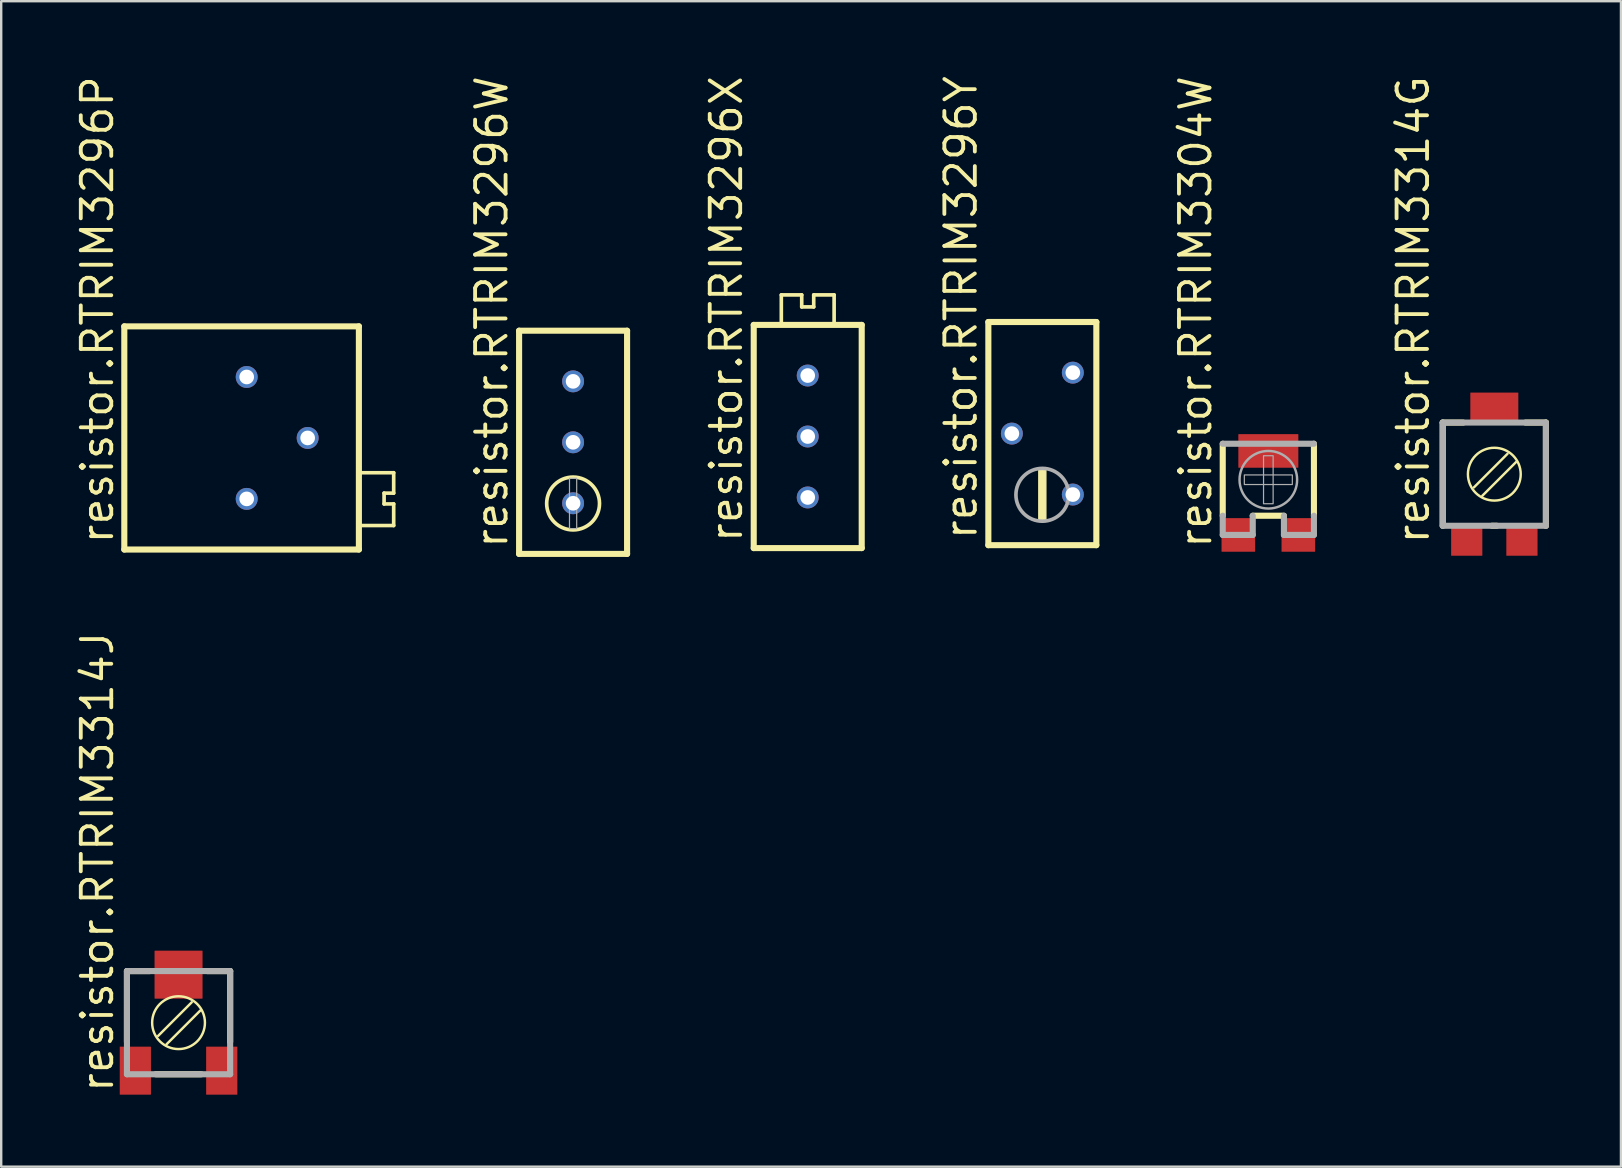
<source format=kicad_pcb>
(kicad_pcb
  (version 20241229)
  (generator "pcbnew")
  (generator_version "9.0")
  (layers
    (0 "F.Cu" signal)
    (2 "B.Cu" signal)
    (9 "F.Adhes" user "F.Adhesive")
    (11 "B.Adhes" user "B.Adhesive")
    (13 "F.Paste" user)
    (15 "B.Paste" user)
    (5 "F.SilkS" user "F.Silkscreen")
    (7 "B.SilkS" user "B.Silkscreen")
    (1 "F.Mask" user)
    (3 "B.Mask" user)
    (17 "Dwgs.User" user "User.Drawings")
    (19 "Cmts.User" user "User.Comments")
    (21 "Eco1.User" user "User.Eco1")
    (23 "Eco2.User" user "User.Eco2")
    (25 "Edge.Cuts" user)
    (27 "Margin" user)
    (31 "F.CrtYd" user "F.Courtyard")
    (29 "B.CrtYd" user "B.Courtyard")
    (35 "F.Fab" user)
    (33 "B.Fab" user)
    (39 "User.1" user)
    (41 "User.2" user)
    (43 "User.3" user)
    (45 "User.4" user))
  (footprint "resistor.RTRIM3296W"
    (layer "F.Cu")
    (at 20.831 15.381)
    (property "Reference" "resistor.RTRIM3296W" (at -2.65 4.5 90) (layer "F.SilkS") (effects (font (size 1.27 1.27) (thickness 0.16)) (justify left bottom)))
    (attr through_hole)
    (fp_line (start -2.25 -4.65) (end 2.25 -4.65) (stroke (width 0.254) (type default)) (layer "F.SilkS"))
    (fp_line (start -2.25 4.65) (end -2.25 -4.65) (stroke (width 0.254) (type default)) (layer "F.SilkS"))
    (fp_line (start 2.25 -4.65) (end 2.25 4.65) (stroke (width 0.254) (type default)) (layer "F.SilkS"))
    (fp_line (start 2.25 4.65) (end -2.25 4.65) (stroke (width 0.254) (type default)) (layer "F.SilkS"))
    (fp_circle (center 0 2.55) (end 1.101 2.55) (stroke (width 0.152) (type default)) (fill no) (layer "F.SilkS"))
    (fp_rect (start -0.15 3.6) (end 0.15 1.5) (stroke (width 0.05) (type default)) (fill no) (layer "F.Fab"))
    (pad "1" thru_hole circle (at 0 2.54) (size 0.914 0.914) (drill 0.61) (layers "*.Cu" "*.Mask"))
    (pad "2" thru_hole circle (at 0 0) (size 0.914 0.914) (drill 0.61) (layers "*.Cu" "*.Mask"))
    (pad "3" thru_hole circle (at 0 -2.54) (size 0.914 0.914) (drill 0.61) (layers "*.Cu" "*.Mask")))
  (footprint "resistor.RTRIM3296X"
    (layer "F.Cu")
    (at 30.608 15.139)
    (property "Reference" "resistor.RTRIM3296X" (at -2.65 4.5 90) (layer "F.SilkS") (effects (font (size 1.27 1.27) (thickness 0.16)) (justify left bottom)))
    (attr through_hole)
    (fp_line (start -2.25 -4.65) (end 2.25 -4.65) (stroke (width 0.254) (type default)) (layer "F.SilkS"))
    (fp_line (start -2.25 4.65) (end -2.25 -4.65) (stroke (width 0.254) (type default)) (layer "F.SilkS"))
    (fp_line (start -1.1 -5.9) (end -0.25 -5.9) (stroke (width 0.152) (type default)) (layer "F.SilkS"))
    (fp_line (start -1.1 -4.7) (end -1.1 -5.9) (stroke (width 0.152) (type default)) (layer "F.SilkS"))
    (fp_line (start -0.25 -5.9) (end -0.25 -5.4) (stroke (width 0.152) (type default)) (layer "F.SilkS"))
    (fp_line (start -0.25 -5.4) (end 0.25 -5.4) (stroke (width 0.152) (type default)) (layer "F.SilkS"))
    (fp_line (start 0.25 -5.9) (end 1.1 -5.9) (stroke (width 0.152) (type default)) (layer "F.SilkS"))
    (fp_line (start 0.25 -5.4) (end 0.25 -5.9) (stroke (width 0.152) (type default)) (layer "F.SilkS"))
    (fp_line (start 1.1 -5.9) (end 1.1 -4.7) (stroke (width 0.152) (type default)) (layer "F.SilkS"))
    (fp_line (start 2.25 -4.65) (end 2.25 4.65) (stroke (width 0.254) (type default)) (layer "F.SilkS"))
    (fp_line (start 2.25 4.65) (end -2.25 4.65) (stroke (width 0.254) (type default)) (layer "F.SilkS"))
    (pad "1" thru_hole circle (at 0 2.54) (size 0.914 0.914) (drill 0.61) (layers "*.Cu" "*.Mask"))
    (pad "2" thru_hole circle (at 0 0) (size 0.914 0.914) (drill 0.61) (layers "*.Cu" "*.Mask"))
    (pad "3" thru_hole circle (at 0 -2.54) (size 0.914 0.914) (drill 0.61) (layers "*.Cu" "*.Mask")))
  (footprint "resistor.RTRIM3296P"
    (layer "F.Cu")
    (at 7.23 15.199)
    (property "Reference" "resistor.RTRIM3296P" (at -5.48 4.5 90) (layer "F.SilkS") (effects (font (size 1.27 1.27) (thickness 0.16)) (justify left bottom)))
    (attr through_hole)
    (fp_line (start -5.1 -4.65) (end -5.1 4.65) (stroke (width 0.254) (type default)) (layer "F.SilkS"))
    (fp_line (start -5.1 4.65) (end 4.675 4.65) (stroke (width 0.254) (type default)) (layer "F.SilkS"))
    (fp_line (start 4.675 -4.65) (end -5.1 -4.65) (stroke (width 0.254) (type default)) (layer "F.SilkS"))
    (fp_line (start 4.675 4.65) (end 4.675 -4.65) (stroke (width 0.254) (type default)) (layer "F.SilkS"))
    (fp_line (start 4.775 1.45) (end 6.125 1.45) (stroke (width 0.152) (type default)) (layer "F.SilkS"))
    (fp_line (start 5.725 2.3) (end 5.725 2.75) (stroke (width 0.152) (type default)) (layer "F.SilkS"))
    (fp_line (start 5.725 2.75) (end 6.125 2.75) (stroke (width 0.152) (type default)) (layer "F.SilkS"))
    (fp_line (start 6.125 1.45) (end 6.125 2.3) (stroke (width 0.152) (type default)) (layer "F.SilkS"))
    (fp_line (start 6.125 2.3) (end 5.725 2.3) (stroke (width 0.152) (type default)) (layer "F.SilkS"))
    (fp_line (start 6.125 2.75) (end 6.125 3.65) (stroke (width 0.152) (type default)) (layer "F.SilkS"))
    (fp_line (start 6.125 3.65) (end 4.775 3.65) (stroke (width 0.152) (type default)) (layer "F.SilkS"))
    (pad "1" thru_hole circle (at 0 2.54) (size 0.914 0.914) (drill 0.61) (layers "*.Cu" "*.Mask"))
    (pad "2" thru_hole circle (at 2.54 0) (size 0.914 0.914) (drill 0.61) (layers "*.Cu" "*.Mask"))
    (pad "3" thru_hole circle (at 0 -2.54) (size 0.914 0.914) (drill 0.61) (layers "*.Cu" "*.Mask")))
  (footprint "resistor.RTRIM3304W"
    (layer "F.Cu")
    (at 49.802 17.341)
    (property "Reference" "resistor.RTRIM3304W" (at -2.29 2.54 90) (layer "F.SilkS") (effects (font (size 1.27 1.27) (thickness 0.16)) (justify left bottom)))
    (attr smd)
    (fp_line (start -1.9 1.1) (end -1.9 -1.9) (stroke (width 0.254) (type default)) (layer "F.SilkS"))
    (fp_line (start 0.65 1.1) (end -0.65 1.1) (stroke (width 0.254) (type default)) (layer "F.SilkS"))
    (fp_line (start 1.9 -1.9) (end 1.9 1.1) (stroke (width 0.254) (type default)) (layer "F.SilkS"))
    (fp_line (start -1.9 -1.9) (end 1.9 -1.9) (stroke (width 0.254) (type default)) (layer "F.Fab"))
    (fp_line (start -1.9 1.9) (end -1.9 1.1) (stroke (width 0.254) (type default)) (layer "F.Fab"))
    (fp_line (start -0.65 1.1) (end -0.65 1.9) (stroke (width 0.254) (type default)) (layer "F.Fab"))
    (fp_line (start -0.65 1.9) (end -1.9 1.9) (stroke (width 0.254) (type default)) (layer "F.Fab"))
    (fp_line (start 0.65 1.9) (end 0.65 1.1) (stroke (width 0.254) (type default)) (layer "F.Fab"))
    (fp_line (start 1.9 1.1) (end 1.9 1.9) (stroke (width 0.254) (type default)) (layer "F.Fab"))
    (fp_line (start 1.9 1.9) (end 0.65 1.9) (stroke (width 0.254) (type default)) (layer "F.Fab"))
    (fp_rect (start -1 -0.2) (end 1 -0.6) (stroke (width 0.05) (type default)) (fill no) (layer "F.Fab"))
    (fp_rect (start -0.2 0.6) (end 0.2 -1.4) (stroke (width 0.05) (type default)) (fill no) (layer "F.Fab"))
    (fp_circle (center 0 -0.4) (end 1.2 -0.4) (stroke (width 0.102) (type default)) (fill no) (layer "F.Fab"))
    (pad "1" smd roundrect (at -1.25 1.9) (size 1.4 1.4) (layers "F.Cu" "F.Mask" "F.Paste") (roundrect_rratio 0.01))
    (pad "2" smd roundrect (at 0 -1.6) (size 2.5 1.4) (layers "F.Cu" "F.Mask" "F.Paste") (roundrect_rratio 0.01))
    (pad "3" smd roundrect (at 1.25 1.9) (size 1.4 1.4) (layers "F.Cu" "F.Mask" "F.Paste") (roundrect_rratio 0.01)))
  (footprint "resistor.RTRIM3296Y"
    (layer "F.Cu")
    (at 40.385 15.018)
    (property "Reference" "resistor.RTRIM3296Y" (at -2.65 4.5 90) (layer "F.SilkS") (effects (font (size 1.27 1.27) (thickness 0.16)) (justify left bottom)))
    (attr through_hole)
    (fp_line (start -2.25 -4.65) (end 2.25 -4.65) (stroke (width 0.254) (type default)) (layer "F.SilkS"))
    (fp_line (start -2.25 4.65) (end -2.25 -4.65) (stroke (width 0.254) (type default)) (layer "F.SilkS"))
    (fp_line (start 2.25 -4.65) (end 2.25 4.65) (stroke (width 0.254) (type default)) (layer "F.SilkS"))
    (fp_line (start 2.25 4.65) (end -2.25 4.65) (stroke (width 0.254) (type default)) (layer "F.SilkS"))
    (fp_rect (start -0.15 3.6) (end 0.15 1.5) (stroke (width 0.05) (type default)) (fill yes) (layer "F.SilkS"))
    (fp_circle (center 0 2.55) (end 1.101 2.55) (stroke (width 0.152) (type default)) (fill no) (layer "F.Fab"))
    (pad "1" thru_hole circle (at 1.27 2.54) (size 0.914 0.914) (drill 0.61) (layers "*.Cu" "*.Mask"))
    (pad "2" thru_hole circle (at -1.27 0) (size 0.914 0.914) (drill 0.61) (layers "*.Cu" "*.Mask"))
    (pad "3" thru_hole circle (at 1.27 -2.54) (size 0.914 0.914) (drill 0.61) (layers "*.Cu" "*.Mask")))
  (footprint "resistor.RTRIM3314J"
    (layer "F.Cu")
    (at 4.39 39.565)
    (property "Reference" "resistor.RTRIM3314J" (at -2.64 2.99 90) (layer "F.SilkS") (effects (font (size 1.27 1.27) (thickness 0.16)) (justify left bottom)))
    (attr smd)
    (fp_line (start -2.15 -2.15) (end -2.15 0.8) (stroke (width 0.254) (type default)) (layer "F.SilkS"))
    (fp_line (start -1.2 -2.15) (end -2.15 -2.15) (stroke (width 0.254) (type default)) (layer "F.SilkS"))
    (fp_line (start -0.85 0.55) (end 0.55 -0.85) (stroke (width 0.102) (type default)) (layer "F.SilkS"))
    (fp_line (start -0.5 0.9) (end 0.9 -0.5) (stroke (width 0.102) (type default)) (layer "F.SilkS"))
    (fp_line (start 0.95 2.15) (end -0.95 2.15) (stroke (width 0.254) (type default)) (layer "F.SilkS"))
    (fp_line (start 2.15 -2.15) (end 1.2 -2.15) (stroke (width 0.254) (type default)) (layer "F.SilkS"))
    (fp_line (start 2.15 0.8) (end 2.15 -2.15) (stroke (width 0.254) (type default)) (layer "F.SilkS"))
    (fp_circle (center 0 0) (end 1.1 0) (stroke (width 0.102) (type default)) (fill no) (layer "F.SilkS"))
    (fp_line (start -2.15 -2.15) (end 2.15 -2.15) (stroke (width 0.254) (type default)) (layer "F.Fab"))
    (fp_line (start -2.15 2.15) (end -2.15 -2.15) (stroke (width 0.254) (type default)) (layer "F.Fab"))
    (fp_line (start 2.15 -2.15) (end 2.15 2.15) (stroke (width 0.254) (type default)) (layer "F.Fab"))
    (fp_line (start 2.15 2.15) (end -2.15 2.15) (stroke (width 0.254) (type default)) (layer "F.Fab"))
    (pad "1" smd roundrect (at 1.8 2 180) (size 1.3 2) (layers "F.Cu" "F.Mask" "F.Paste") (roundrect_rratio 0.01))
    (pad "2" smd roundrect (at 0 -2) (size 2 2) (layers "F.Cu" "F.Mask" "F.Paste") (roundrect_rratio 0.01))
    (pad "3" smd roundrect (at -1.8 2 180) (size 1.3 2) (layers "F.Cu" "F.Mask" "F.Paste") (roundrect_rratio 0.01)))
  (footprint "resistor.RTRIM3314G"
    (layer "F.Cu")
    (at 59.219 16.709)
    (property "Reference" "resistor.RTRIM3314G" (at -2.64 2.99 90) (layer "F.SilkS") (effects (font (size 1.27 1.27) (thickness 0.16)) (justify left bottom)))
    (attr smd)
    (fp_line (start -2.15 -2.15) (end -2.15 2.15) (stroke (width 0.254) (type default)) (layer "F.SilkS"))
    (fp_line (start -1.3 -2.15) (end -2.15 -2.15) (stroke (width 0.254) (type default)) (layer "F.SilkS"))
    (fp_line (start -0.85 0.55) (end 0.55 -0.85) (stroke (width 0.102) (type default)) (layer "F.SilkS"))
    (fp_line (start -0.5 0.9) (end 0.9 -0.5) (stroke (width 0.102) (type default)) (layer "F.SilkS"))
    (fp_line (start 0.1 2.15) (end -0.1 2.15) (stroke (width 0.254) (type default)) (layer "F.SilkS"))
    (fp_line (start 2.15 -2.15) (end 1.3 -2.15) (stroke (width 0.254) (type default)) (layer "F.SilkS"))
    (fp_line (start 2.15 2.15) (end 2.15 -2.15) (stroke (width 0.254) (type default)) (layer "F.SilkS"))
    (fp_circle (center 0 0) (end 1.1 0) (stroke (width 0.102) (type default)) (fill no) (layer "F.SilkS"))
    (fp_line (start -2.15 -2.15) (end 2.15 -2.15) (stroke (width 0.254) (type default)) (layer "F.Fab"))
    (fp_line (start -2.15 2.15) (end -2.15 -2.15) (stroke (width 0.254) (type default)) (layer "F.Fab"))
    (fp_line (start 2.15 -2.15) (end 2.15 2.15) (stroke (width 0.254) (type default)) (layer "F.Fab"))
    (fp_line (start 2.15 2.15) (end -2.15 2.15) (stroke (width 0.254) (type default)) (layer "F.Fab"))
    (pad "1" smd roundrect (at 1.15 2.75 180) (size 1.3 1.3) (layers "F.Cu" "F.Mask" "F.Paste") (roundrect_rratio 0.01))
    (pad "2" smd roundrect (at 0 -2.75) (size 2 1.3) (layers "F.Cu" "F.Mask" "F.Paste") (roundrect_rratio 0.01))
    (pad "3" smd roundrect (at -1.15 2.75 180) (size 1.3 1.3) (layers "F.Cu" "F.Mask" "F.Paste") (roundrect_rratio 0.01)))
  (gr_rect
    (start -3 -3)
    (end 64.496 45.565)
    (stroke (width 0.1) (type default))
    (fill no)
    (layer "Edge.Cuts")))
</source>
